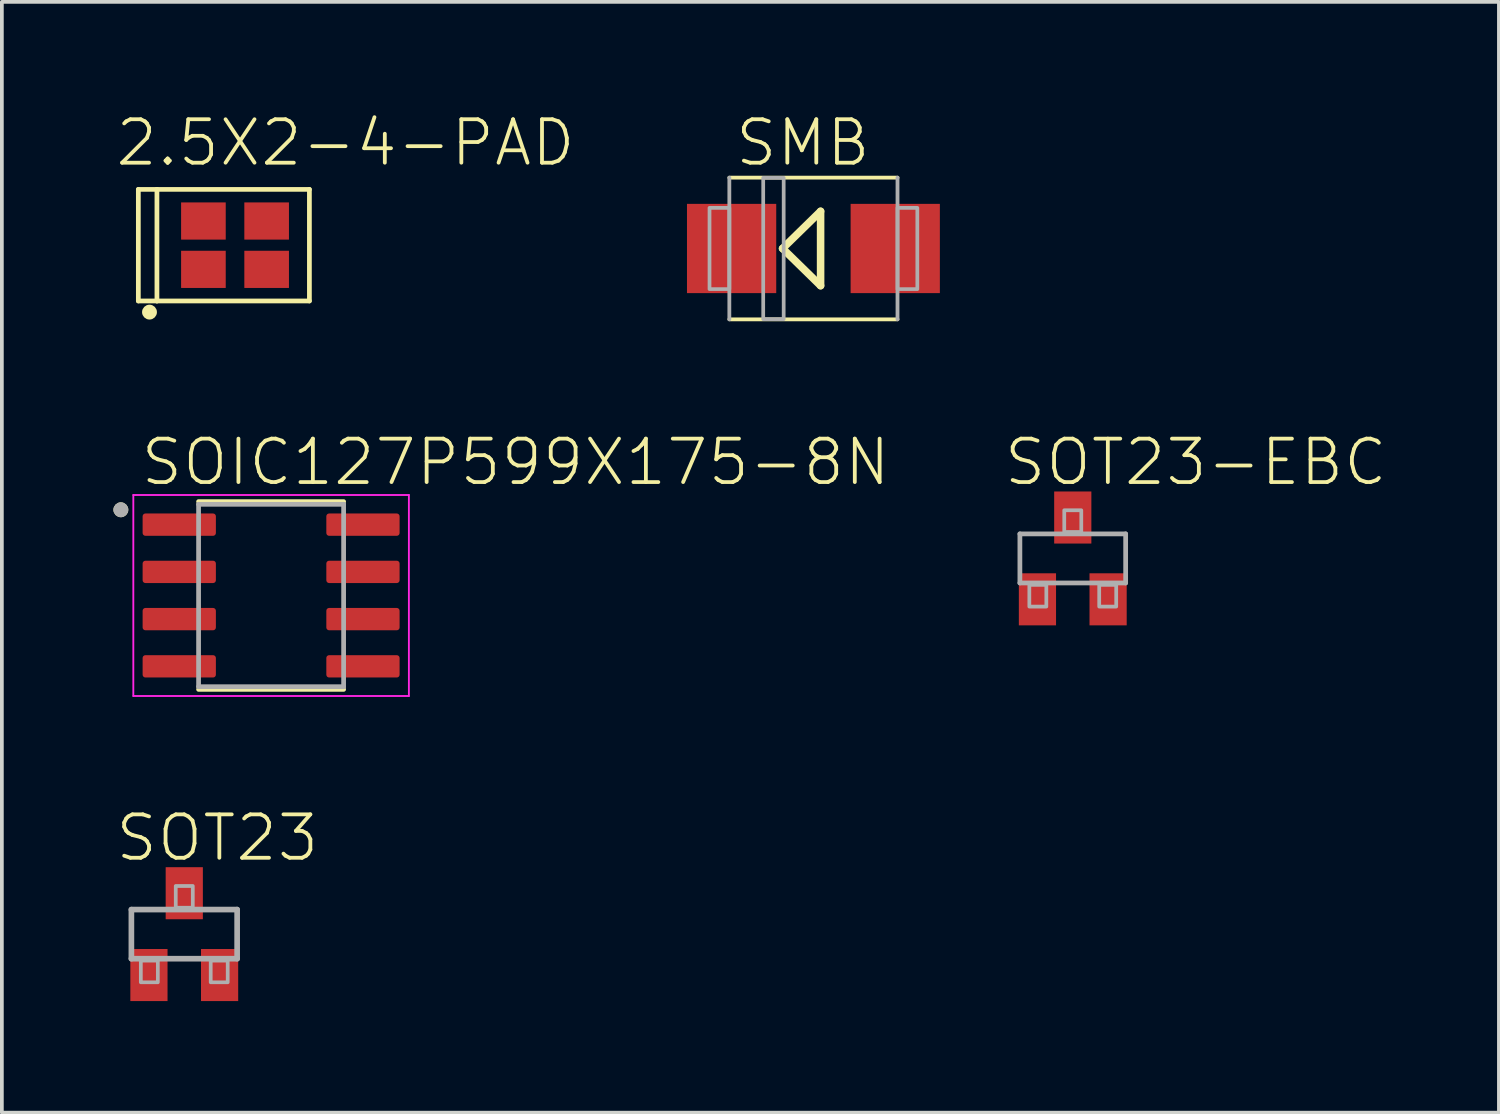
<source format=kicad_pcb>
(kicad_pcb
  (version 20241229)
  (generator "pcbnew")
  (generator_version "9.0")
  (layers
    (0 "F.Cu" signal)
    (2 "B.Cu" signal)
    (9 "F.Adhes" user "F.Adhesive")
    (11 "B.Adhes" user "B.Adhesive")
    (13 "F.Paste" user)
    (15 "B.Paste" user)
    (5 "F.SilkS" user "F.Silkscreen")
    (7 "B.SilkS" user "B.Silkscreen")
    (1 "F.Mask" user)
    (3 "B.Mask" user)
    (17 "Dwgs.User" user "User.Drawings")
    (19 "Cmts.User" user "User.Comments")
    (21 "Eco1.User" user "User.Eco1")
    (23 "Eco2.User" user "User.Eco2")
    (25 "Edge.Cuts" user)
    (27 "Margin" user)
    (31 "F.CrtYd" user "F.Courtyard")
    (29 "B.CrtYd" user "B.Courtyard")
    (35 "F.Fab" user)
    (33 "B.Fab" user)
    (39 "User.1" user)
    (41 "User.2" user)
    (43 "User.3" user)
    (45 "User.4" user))
  (footprint "SMB"
    (layer "F.Cu")
    (at 18.823 3.632)
    (property "Reference" "SMB" (at -2.159 -2.159 0) (layer "F.SilkS") (effects (font (size 1.168 1.168) (thickness 0.102)) (justify left bottom)))
    (fp_line (start -2.261 -1.905) (end 2.261 -1.905) (stroke (width 0.102) (type solid)) (layer "F.SilkS"))
    (fp_line (start -2.261 1.905) (end 2.261 1.905) (stroke (width 0.102) (type solid)) (layer "F.SilkS"))
    (fp_line (start -0.83 0) (end 0.193 1) (stroke (width 0.203) (type solid)) (layer "F.SilkS"))
    (fp_line (start 0.193 -1) (end -0.83 0) (stroke (width 0.203) (type solid)) (layer "F.SilkS"))
    (fp_line (start 0.193 1) (end 0.193 -1) (stroke (width 0.203) (type solid)) (layer "F.SilkS"))
    (fp_line (start -2.261 1.905) (end -2.261 -1.905) (stroke (width 0.102) (type solid)) (layer "F.Fab"))
    (fp_line (start 2.261 1.905) (end 2.261 -1.905) (stroke (width 0.102) (type solid)) (layer "F.Fab"))
    (fp_poly (pts (xy -2.794 1.092) (xy -2.261 1.092) (xy -2.261 -1.092) (xy -2.794 -1.092)) (stroke (width 0.1) (type solid)) (fill no) (layer "F.Fab"))
    (fp_poly (pts (xy -1.35 1.9) (xy -0.8 1.9) (xy -0.8 -1.9) (xy -1.35 -1.9)) (stroke (width 0.1) (type solid)) (fill no) (layer "F.Fab"))
    (fp_poly (pts (xy 2.261 1.092) (xy 2.794 1.092) (xy 2.794 -1.092) (xy 2.261 -1.092)) (stroke (width 0.1) (type solid)) (fill no) (layer "F.Fab"))
    (pad "A" smd rect (at 2.2 0) (size 2.4 2.4) (layers "F.Cu" "F.Mask" "F.Paste"))
    (pad "C" smd rect (at -2.2 0) (size 2.4 2.4) (layers "F.Cu" "F.Mask" "F.Paste")))
  (footprint "SOIC127P599X175-8N"
    (layer "F.Cu")
    (at 4.24 12.963)
    (property "Reference" "SOIC127P599X175-8N" (at -3.56 -2.902 0) (layer "F.SilkS") (effects (font (size 1.168 1.168) (thickness 0.102)) (justify left bottom)))
    (fp_line (start -1.95 -2.525) (end 1.95 -2.525) (stroke (width 0.127) (type solid)) (layer "F.SilkS"))
    (fp_line (start -1.95 2.525) (end 1.95 2.525) (stroke (width 0.127) (type solid)) (layer "F.SilkS"))
    (fp_circle (center -4.04 -2.305) (end -3.94 -2.305) (stroke (width 0.2) (type solid)) (fill no) (layer "F.SilkS"))
    (fp_line (start -3.705 -2.703) (end -3.705 2.703) (stroke (width 0.05) (type solid)) (layer "F.CrtYd"))
    (fp_line (start -3.705 -2.703) (end 3.705 -2.703) (stroke (width 0.05) (type solid)) (layer "F.CrtYd"))
    (fp_line (start -3.705 2.703) (end 3.705 2.703) (stroke (width 0.05) (type solid)) (layer "F.CrtYd"))
    (fp_line (start 3.705 -2.703) (end 3.705 2.703) (stroke (width 0.05) (type solid)) (layer "F.CrtYd"))
    (fp_line (start -1.95 -2.453) (end -1.95 2.453) (stroke (width 0.127) (type solid)) (layer "F.Fab"))
    (fp_line (start -1.95 -2.453) (end 1.95 -2.453) (stroke (width 0.127) (type solid)) (layer "F.Fab"))
    (fp_line (start -1.95 2.453) (end 1.95 2.453) (stroke (width 0.127) (type solid)) (layer "F.Fab"))
    (fp_line (start 1.95 -2.453) (end 1.95 2.453) (stroke (width 0.127) (type solid)) (layer "F.Fab"))
    (fp_circle (center -4.04 -2.305) (end -3.94 -2.305) (stroke (width 0.2) (type solid)) (fill no) (layer "F.Fab"))
    (pad "1" smd roundrect (at -2.47 -1.905) (size 1.97 0.6) (layers "F.Cu" "F.Mask" "F.Paste") (roundrect_rratio 0.125))
    (pad "2" smd roundrect (at -2.47 -0.635) (size 1.97 0.6) (layers "F.Cu" "F.Mask" "F.Paste") (roundrect_rratio 0.125))
    (pad "3" smd roundrect (at -2.47 0.635) (size 1.97 0.6) (layers "F.Cu" "F.Mask" "F.Paste") (roundrect_rratio 0.125))
    (pad "4" smd roundrect (at -2.47 1.905) (size 1.97 0.6) (layers "F.Cu" "F.Mask" "F.Paste") (roundrect_rratio 0.125))
    (pad "5" smd roundrect (at 2.47 1.905) (size 1.97 0.6) (layers "F.Cu" "F.Mask" "F.Paste") (roundrect_rratio 0.125))
    (pad "6" smd roundrect (at 2.47 0.635) (size 1.97 0.6) (layers "F.Cu" "F.Mask" "F.Paste") (roundrect_rratio 0.125))
    (pad "7" smd roundrect (at 2.47 -0.635) (size 1.97 0.6) (layers "F.Cu" "F.Mask" "F.Paste") (roundrect_rratio 0.125))
    (pad "8" smd roundrect (at 2.47 -1.905) (size 1.97 0.6) (layers "F.Cu" "F.Mask" "F.Paste") (roundrect_rratio 0.125)))
  (footprint "2.5X2-4-PAD"
    (layer "F.Cu")
    (at 3.27 3.543)
    (property "Reference" "2.5X2-4-PAD" (at -3.27 -2.07 0) (layer "F.SilkS") (effects (font (size 1.168 1.168) (thickness 0.102)) (justify left bottom)))
    (fp_line (start -2.6 -1.5) (end -2.6 1.5) (stroke (width 0.127) (type solid)) (layer "F.SilkS"))
    (fp_line (start -2.6 1.5) (end -2.1 1.5) (stroke (width 0.127) (type solid)) (layer "F.SilkS"))
    (fp_line (start -2.1 -1.5) (end -2.6 -1.5) (stroke (width 0.127) (type solid)) (layer "F.SilkS"))
    (fp_line (start -2.1 -1.5) (end -2.1 1.5) (stroke (width 0.127) (type solid)) (layer "F.SilkS"))
    (fp_line (start -2.1 1.5) (end 2 1.5) (stroke (width 0.127) (type solid)) (layer "F.SilkS"))
    (fp_line (start 2 -1.5) (end -2.1 -1.5) (stroke (width 0.127) (type solid)) (layer "F.SilkS"))
    (fp_line (start 2 1.5) (end 2 -1.5) (stroke (width 0.127) (type solid)) (layer "F.SilkS"))
    (fp_circle (center -2.3 1.8) (end -2.2 1.8) (stroke (width 0.2) (type solid)) (fill no) (layer "F.SilkS"))
    (pad "1" smd rect (at -0.85 0.65) (size 1.2 1) (layers "F.Cu" "F.Mask" "F.Paste"))
    (pad "2" smd rect (at 0.85 0.65) (size 1.2 1) (layers "F.Cu" "F.Mask" "F.Paste"))
    (pad "3" smd rect (at 0.85 -0.65 180) (size 1.2 1) (layers "F.Cu" "F.Mask" "F.Paste"))
    (pad "4" smd rect (at -0.85 -0.65 180) (size 1.2 1) (layers "F.Cu" "F.Mask" "F.Paste")))
  (footprint "SOT23-EBC"
    (layer "F.Cu")
    (at 25.797 11.966)
    (property "Reference" "SOT23-EBC" (at -1.905 -1.905 0) (layer "F.SilkS") (effects (font (size 1.168 1.168) (thickness 0.102)) (justify left bottom)))
    (fp_line (start -1.422 -0.66) (end 1.422 -0.66) (stroke (width 0.127) (type solid)) (layer "F.Fab"))
    (fp_line (start -1.422 0.66) (end -1.422 -0.66) (stroke (width 0.127) (type solid)) (layer "F.Fab"))
    (fp_line (start 1.422 -0.66) (end 1.422 0.66) (stroke (width 0.127) (type solid)) (layer "F.Fab"))
    (fp_line (start 1.422 0.66) (end -1.422 0.66) (stroke (width 0.127) (type solid)) (layer "F.Fab"))
    (fp_poly (pts (xy -1.168 1.295) (xy -0.711 1.295) (xy -0.711 0.711) (xy -1.168 0.711)) (stroke (width 0.1) (type solid)) (fill no) (layer "F.Fab"))
    (fp_poly (pts (xy -0.229 -0.711) (xy 0.229 -0.711) (xy 0.229 -1.295) (xy -0.229 -1.295)) (stroke (width 0.1) (type solid)) (fill no) (layer "F.Fab"))
    (fp_poly (pts (xy 0.711 1.295) (xy 1.168 1.295) (xy 1.168 0.711) (xy 0.711 0.711)) (stroke (width 0.1) (type solid)) (fill no) (layer "F.Fab"))
    (pad "B" smd rect (at 0.95 1.1) (size 1 1.4) (layers "F.Cu" "F.Mask" "F.Paste"))
    (pad "C" smd rect (at 0 -1.1) (size 1 1.4) (layers "F.Cu" "F.Mask" "F.Paste"))
    (pad "E" smd rect (at -0.95 1.1) (size 1 1.4) (layers "F.Cu" "F.Mask" "F.Paste")))
  (footprint "SOT23"
    (layer "F.Cu")
    (at 1.905 22.069)
    (property "Reference" "SOT23" (at -1.905 -1.905 0) (layer "F.SilkS") (effects (font (size 1.168 1.168) (thickness 0.102)) (justify left bottom)))
    (fp_line (start -1.422 -0.66) (end 1.422 -0.66) (stroke (width 0.152) (type solid)) (layer "F.Fab"))
    (fp_line (start -1.422 0.66) (end -1.422 -0.66) (stroke (width 0.152) (type solid)) (layer "F.Fab"))
    (fp_line (start 1.422 -0.66) (end 1.422 0.66) (stroke (width 0.152) (type solid)) (layer "F.Fab"))
    (fp_line (start 1.422 0.66) (end -1.422 0.66) (stroke (width 0.152) (type solid)) (layer "F.Fab"))
    (fp_poly (pts (xy -1.168 1.295) (xy -0.711 1.295) (xy -0.711 0.711) (xy -1.168 0.711)) (stroke (width 0.1) (type solid)) (fill no) (layer "F.Fab"))
    (fp_poly (pts (xy -0.229 -0.711) (xy 0.229 -0.711) (xy 0.229 -1.295) (xy -0.229 -1.295)) (stroke (width 0.1) (type solid)) (fill no) (layer "F.Fab"))
    (fp_poly (pts (xy 0.711 1.295) (xy 1.168 1.295) (xy 1.168 0.711) (xy 0.711 0.711)) (stroke (width 0.1) (type solid)) (fill no) (layer "F.Fab"))
    (pad "1" smd rect (at -0.95 1.1) (size 1 1.4) (layers "F.Cu" "F.Mask" "F.Paste"))
    (pad "2" smd rect (at 0.95 1.1) (size 1 1.4) (layers "F.Cu" "F.Mask" "F.Paste"))
    (pad "3" smd rect (at 0 -1.1) (size 1 1.4) (layers "F.Cu" "F.Mask" "F.Paste")))
  (gr_rect
    (start -3 -3)
    (end 37.256 26.869)
    (stroke (width 0.1) (type default))
    (fill no)
    (layer "Edge.Cuts")))
</source>
